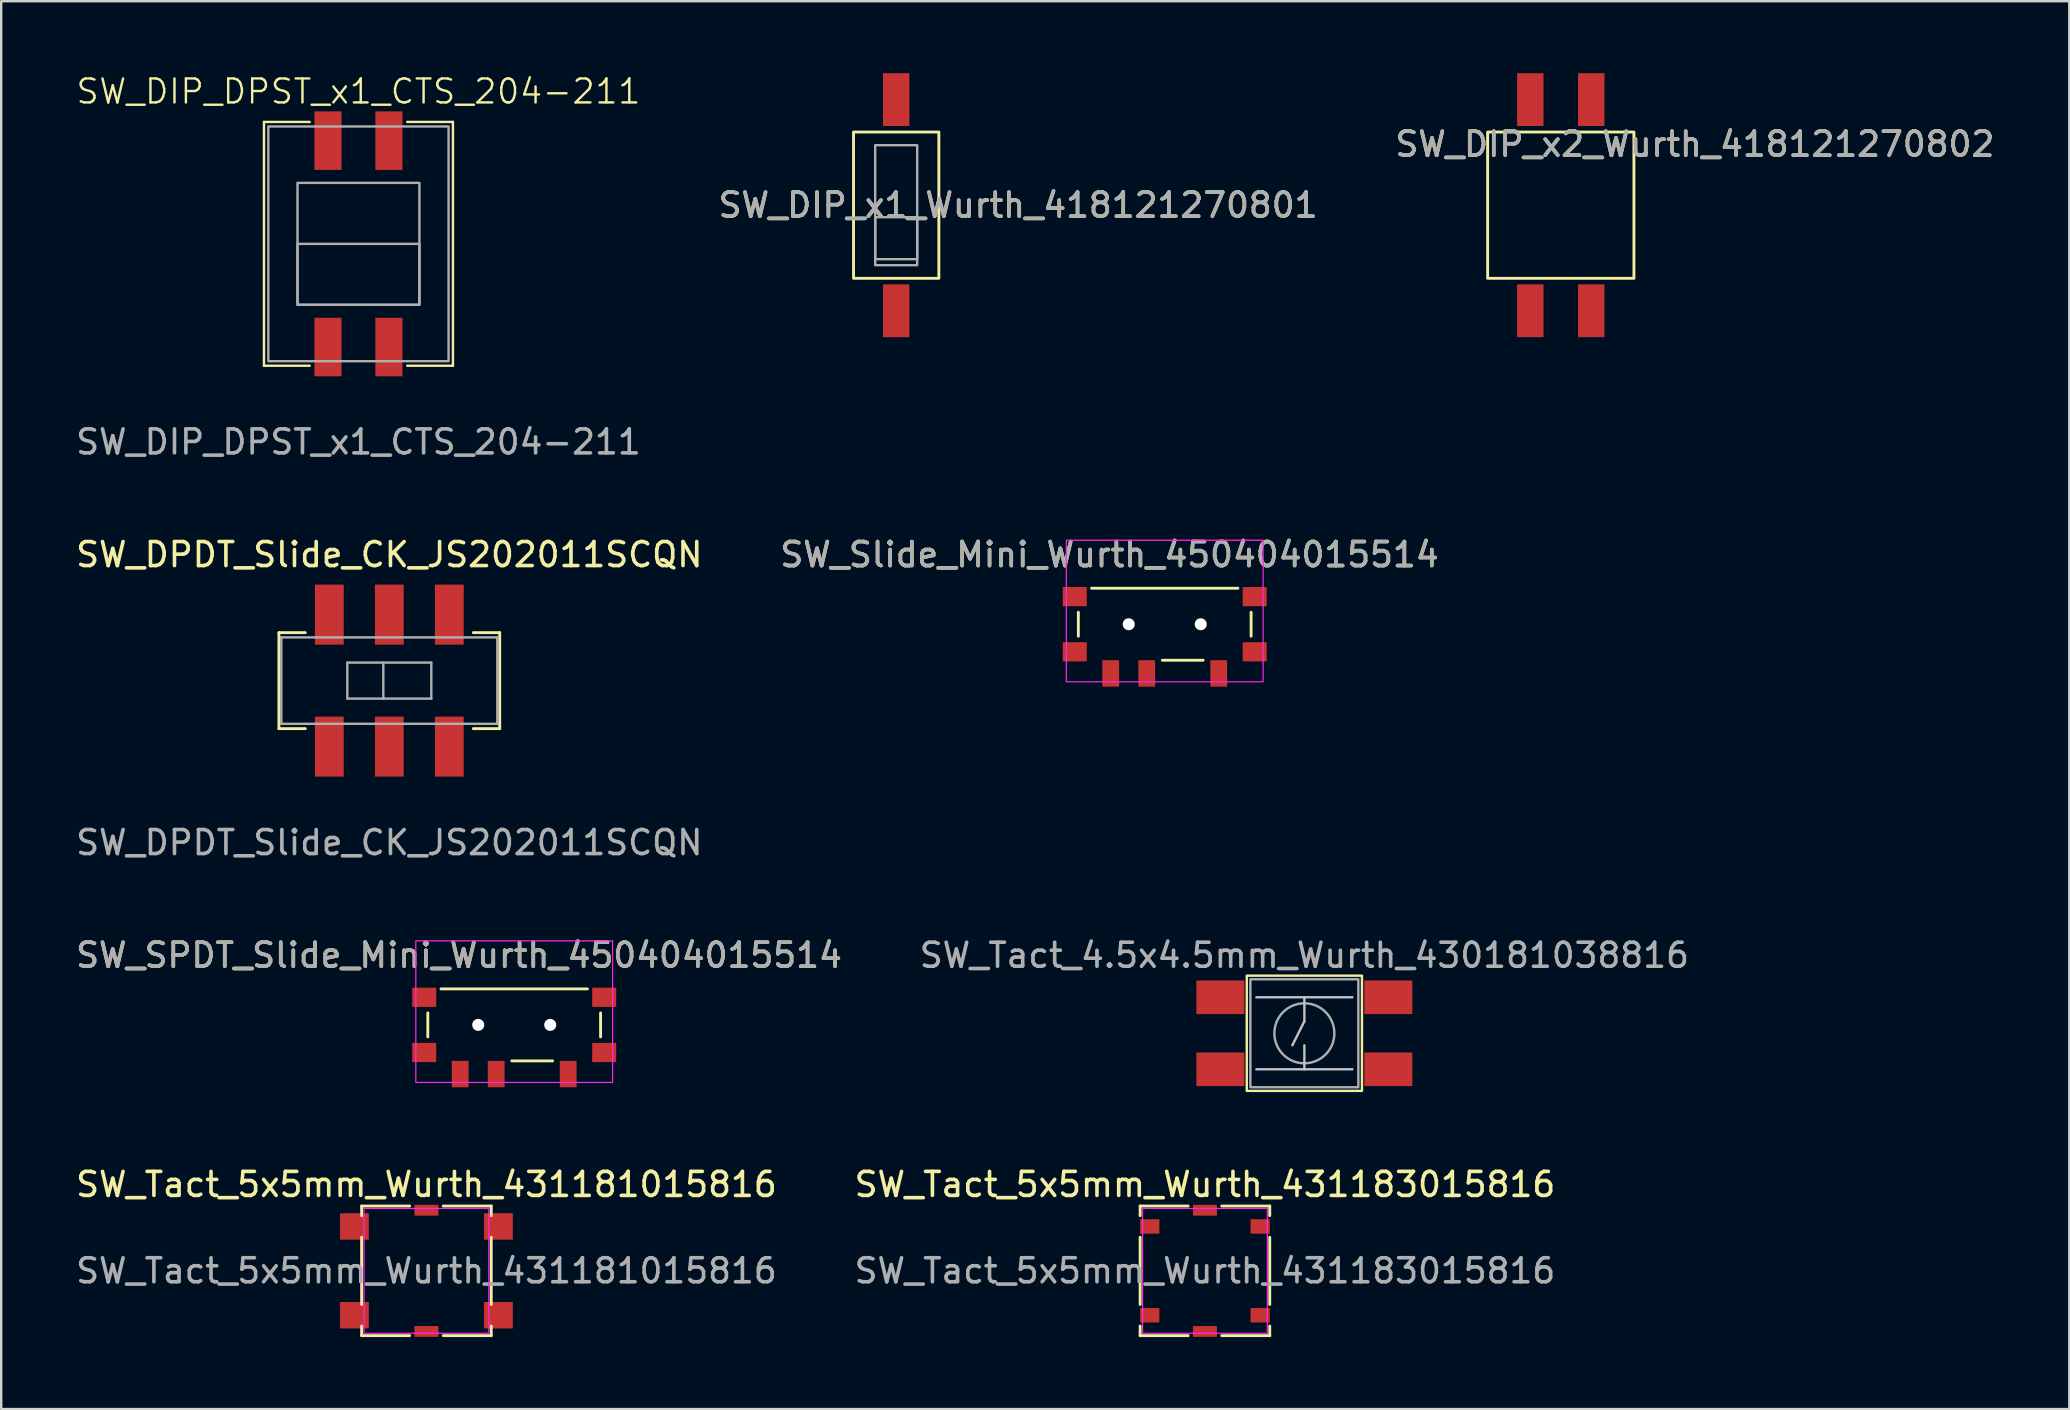
<source format=kicad_pcb>
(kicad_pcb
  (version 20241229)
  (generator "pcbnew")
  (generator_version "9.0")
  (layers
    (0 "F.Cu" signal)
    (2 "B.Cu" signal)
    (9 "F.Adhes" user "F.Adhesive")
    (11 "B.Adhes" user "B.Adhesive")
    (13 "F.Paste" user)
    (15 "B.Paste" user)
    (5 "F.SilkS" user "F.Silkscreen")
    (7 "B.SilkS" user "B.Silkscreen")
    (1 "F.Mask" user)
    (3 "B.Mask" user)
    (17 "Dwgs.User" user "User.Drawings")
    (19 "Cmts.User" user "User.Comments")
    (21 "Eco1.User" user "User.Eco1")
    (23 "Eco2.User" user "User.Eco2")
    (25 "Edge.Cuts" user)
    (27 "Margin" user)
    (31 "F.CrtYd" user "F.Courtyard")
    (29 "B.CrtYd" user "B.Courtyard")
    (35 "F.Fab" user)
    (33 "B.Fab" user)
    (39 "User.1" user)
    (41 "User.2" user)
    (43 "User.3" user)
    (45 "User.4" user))
  (footprint "SW_Tact_5x5mm_Wurth_431183015816"
    (layer "F.Cu")
    (at 47.161 49.907)
    (property "Reference" "SW_Tact_5x5mm_Wurth_431183015816" (at 0 -3.6 0) (unlocked yes) (layer "F.SilkS") (effects (font (size 1 1) (thickness 0.15))))
    (attr smd)
    (fp_line (start -2.7 -2.7) (end -0.7 -2.7) (stroke (width 0.12) (type solid)) (layer "F.SilkS"))
    (fp_line (start -2.7 -2.3) (end -2.7 -2.7) (stroke (width 0.12) (type solid)) (layer "F.SilkS"))
    (fp_line (start -2.7 1.4) (end -2.7 -1.4) (stroke (width 0.12) (type solid)) (layer "F.SilkS"))
    (fp_line (start -2.7 2.7) (end -2.7 2.3) (stroke (width 0.12) (type solid)) (layer "F.SilkS"))
    (fp_line (start -0.7 2.7) (end -2.7 2.7) (stroke (width 0.12) (type solid)) (layer "F.SilkS"))
    (fp_line (start 0.7 -2.7) (end 2.7 -2.7) (stroke (width 0.12) (type solid)) (layer "F.SilkS"))
    (fp_line (start 2.7 -2.7) (end 2.7 -2.3) (stroke (width 0.12) (type solid)) (layer "F.SilkS"))
    (fp_line (start 2.7 -1.4) (end 2.7 1.4) (stroke (width 0.12) (type solid)) (layer "F.SilkS"))
    (fp_line (start 2.7 2.3) (end 2.7 2.7) (stroke (width 0.12) (type solid)) (layer "F.SilkS"))
    (fp_line (start 2.7 2.7) (end 0.7 2.7) (stroke (width 0.12) (type solid)) (layer "F.SilkS"))
    (fp_rect (start -2.6 -2.6) (end 2.6 2.6) (stroke (width 0.05) (type solid)) (fill no) (layer "F.CrtYd"))
    (fp_text user "${REFERENCE}" (at 0 0 0) (unlocked yes) (layer "F.Fab") (effects (font (size 1 1) (thickness 0.15))))
    (pad "1" smd rect (at -2.3 1.85) (size 0.8 0.6) (layers "F.Cu" "F.Mask" "F.Paste"))
    (pad "2" smd rect (at -2.3 -1.85) (size 0.8 0.6) (layers "F.Cu" "F.Mask" "F.Paste"))
    (pad "3" smd rect (at 2.3 1.85) (size 0.8 0.6) (layers "F.Cu" "F.Mask" "F.Paste"))
    (pad "4" smd rect (at 2.3 -1.85) (size 0.8 0.6) (layers "F.Cu" "F.Mask" "F.Paste"))
    (pad "GND" smd rect (at 0 -2.525) (size 1 0.45) (layers "F.Cu" "F.Mask" "F.Paste"))
    (pad "GND" smd rect (at 0 2.525) (size 1 0.45) (layers "F.Cu" "F.Mask" "F.Paste")))
  (footprint "SW_SPDT_Slide_Mini_Wurth_450404015514"
    (layer "F.Cu")
    (at 18.377 39.658)
    (property "Reference" "SW_SPDT_Slide_Mini_Wurth_450404015514" (at -2.3 -2.9 0) (unlocked yes) (layer "F.SilkS") (effects (font (size 1 1) (thickness 0.15))))
    (attr smd)
    (fp_line (start -3.6 -0.5) (end -3.6 0.5) (stroke (width 0.12) (type solid)) (layer "F.SilkS"))
    (fp_line (start -3.05 -1.5) (end 3.05 -1.5) (stroke (width 0.12) (type solid)) (layer "F.SilkS"))
    (fp_line (start -0.1 1.5) (end 1.6 1.5) (stroke (width 0.12) (type solid)) (layer "F.SilkS"))
    (fp_line (start 3.6 -0.5) (end 3.6 0.5) (stroke (width 0.12) (type solid)) (layer "F.SilkS"))
    (fp_rect (start -4.1 2.4) (end 4.1 -3.5) (stroke (width 0.05) (type solid)) (fill no) (layer "F.CrtYd"))
    (fp_text user "${REFERENCE}" (at -2.3 -2.9 0) (unlocked yes) (layer "F.Fab") (effects (font (size 1 1) (thickness 0.15))))
    (pad "" smd rect (at -3.75 -1.15) (size 1 0.8) (layers "F.Cu" "F.Mask" "F.Paste"))
    (pad "" smd rect (at -3.75 1.15) (size 1 0.8) (layers "F.Cu" "F.Mask" "F.Paste"))
    (pad "" np_thru_hole circle (at -1.5 0) (size 0.5 0.5) (drill 0.9) (layers "*.Cu" "*.Mask"))
    (pad "" np_thru_hole circle (at 1.5 0) (size 0.5 0.5) (drill 0.9) (layers "*.Cu" "*.Mask"))
    (pad "" smd rect (at 3.75 -1.15) (size 1 0.8) (layers "F.Cu" "F.Mask" "F.Paste"))
    (pad "" smd rect (at 3.75 1.15) (size 1 0.8) (layers "F.Cu" "F.Mask" "F.Paste"))
    (pad "1" smd rect (at 2.25 2.05) (size 0.7 1.1) (layers "F.Cu" "F.Mask" "F.Paste"))
    (pad "2" smd rect (at -0.75 2.05) (size 0.7 1.1) (layers "F.Cu" "F.Mask" "F.Paste"))
    (pad "3" smd rect (at -2.25 2.05) (size 0.7 1.1) (layers "F.Cu" "F.Mask" "F.Paste")))
  (footprint "SW_DIP_DPST_x1_CTS_204-211"
    (layer "F.Cu")
    (at 11.887 7.111)
    (property "Reference" "SW_DIP_DPST_x1_CTS_204-211" (at 0 -6.35 0) (unlocked yes) (layer "F.SilkS") (effects (font (size 1 1) (thickness 0.1))))
    (attr smd)
    (fp_line (start -3.937 -5.08) (end -3.937 5.08) (stroke (width 0.1) (type default)) (layer "F.SilkS"))
    (fp_line (start -3.937 5.08) (end -2.032 5.08) (stroke (width 0.1) (type default)) (layer "F.SilkS"))
    (fp_line (start -2.032 -5.08) (end -3.937 -5.08) (stroke (width 0.1) (type default)) (layer "F.SilkS"))
    (fp_line (start 2.032 -5.08) (end 3.937 -5.08) (stroke (width 0.1) (type default)) (layer "F.SilkS"))
    (fp_line (start 3.937 -5.08) (end 3.937 5.08) (stroke (width 0.1) (type default)) (layer "F.SilkS"))
    (fp_line (start 3.937 5.08) (end 2.032 5.08) (stroke (width 0.1) (type default)) (layer "F.SilkS"))
    (fp_rect (start -3.755 -4.89) (end 3.755 4.89) (stroke (width 0.1) (type default)) (fill no) (layer "F.Fab"))
    (fp_rect (start -2.54 -2.54) (end 2.54 2.54) (stroke (width 0.1) (type default)) (fill no) (layer "F.Fab"))
    (fp_rect (start -2.54 0) (end 2.54 2.54) (stroke (width 0.1) (type solid)) (fill no) (layer "F.Fab"))
    (fp_text user "${REFERENCE}" (at 0 8.255 0) (unlocked yes) (layer "F.Fab") (effects (font (size 1 1) (thickness 0.15))))
    (pad "1" smd rect (at -1.27 4.3) (size 1.13 2.44) (layers "F.Cu" "F.Mask" "F.Paste"))
    (pad "1" smd rect (at 1.27 4.3) (size 1.13 2.44) (layers "F.Cu" "F.Mask" "F.Paste"))
    (pad "2" smd rect (at -1.27 -4.3) (size 1.13 2.44) (layers "F.Cu" "F.Mask" "F.Paste"))
    (pad "2" smd rect (at 1.27 -4.3) (size 1.13 2.44) (layers "F.Cu" "F.Mask" "F.Paste")))
  (footprint "SW_Tact_4.5x4.5mm_Wurth_430181038816"
    (layer "F.Cu")
    (at 51.304 40.008)
    (property "Reference" "SW_Tact_4.5x4.5mm_Wurth_430181038816" (at 0 -3.25 0) (unlocked yes) (layer "F.SilkS") (effects (font (size 1 1) (thickness 0.1))))
    (attr smd)
    (fp_rect (start -2.4 -2.4) (end 2.4 2.4) (stroke (width 0.1) (type default)) (fill no) (layer "F.SilkS"))
    (fp_line (start -2 -1.5) (end 2 -1.5) (stroke (width 0.1) (type default)) (layer "Dwgs.User"))
    (fp_line (start -2 1.5) (end 2 1.5) (stroke (width 0.1) (type default)) (layer "Dwgs.User"))
    (fp_line (start 0 -1.5) (end 0 -0.5) (stroke (width 0.1) (type default)) (layer "Dwgs.User"))
    (fp_line (start 0 -0.5) (end -0.5 0.5) (stroke (width 0.1) (type default)) (layer "Dwgs.User"))
    (fp_line (start 0 1.5) (end 0 0.5) (stroke (width 0.1) (type default)) (layer "Dwgs.User"))
    (fp_rect (start -2.25 -2.25) (end 2.25 2.25) (stroke (width 0.1) (type default)) (fill no) (layer "F.Fab"))
    (fp_circle (center 0 0) (end 1.25 0) (stroke (width 0.1) (type default)) (fill no) (layer "F.Fab"))
    (fp_text user "${REFERENCE}" (at 0 -3.25 0) (unlocked yes) (layer "F.Fab") (effects (font (size 1 1) (thickness 0.15))))
    (pad "1" smd rect (at -3.5 -1.5) (size 2 1.4) (layers "F.Cu" "F.Mask" "F.Paste"))
    (pad "2" smd rect (at 3.5 -1.5) (size 2 1.4) (layers "F.Cu" "F.Mask" "F.Paste"))
    (pad "3" smd rect (at -3.5 1.5) (size 2 1.4) (layers "F.Cu" "F.Mask" "F.Paste"))
    (pad "4" smd rect (at 3.5 1.5) (size 2 1.4) (layers "F.Cu" "F.Mask" "F.Paste")))
  (footprint "SW_DIP_x2_Wurth_418121270802"
    (layer "F.Cu")
    (at 61.989 5.5)
    (property "Reference" "SW_DIP_x2_Wurth_418121270802" (at 5.588 -2.54 0) (unlocked yes) (layer "F.SilkS") (effects (font (size 1 1) (thickness 0.15))))
    (attr smd)
    (fp_rect (start -3.048 -3.048) (end 3.048 3.048) (stroke (width 0.12) (type solid)) (fill no) (layer "F.SilkS"))
    (fp_text user "${REFERENCE}" (at 5.588 -2.54 0) (unlocked yes) (layer "F.Fab") (effects (font (size 1 1) (thickness 0.15))))
    (pad "1" smd rect (at -1.27 4.4) (size 1.1 2.2) (layers "F.Cu" "F.Mask" "F.Paste"))
    (pad "2" smd rect (at 1.27 4.4) (size 1.1 2.2) (layers "F.Cu" "F.Mask" "F.Paste"))
    (pad "3" smd rect (at 1.27 -4.4) (size 1.1 2.2) (layers "F.Cu" "F.Mask" "F.Paste"))
    (pad "4" smd rect (at -1.27 -4.4) (size 1.1 2.2) (layers "F.Cu" "F.Mask" "F.Paste")))
  (footprint "SW_DIP_x1_Wurth_418121270801"
    (layer "F.Cu")
    (at 34.295 5.5)
    (property "Reference" "SW_DIP_x1_Wurth_418121270801" (at 5.08 0 0) (unlocked yes) (layer "F.SilkS") (effects (font (size 1 1) (thickness 0.15))))
    (attr smd)
    (fp_rect (start -1.778 -3.048) (end 1.778 3.048) (stroke (width 0.12) (type solid)) (fill no) (layer "F.SilkS"))
    (fp_rect (start -0.875 -2.5) (end 0.875 2.5) (stroke (width 0.1) (type default)) (fill no) (layer "F.Fab"))
    (fp_rect (start -0.875 0.5) (end 0.875 2.25) (stroke (width 0.1) (type solid)) (fill no) (layer "F.Fab"))
    (fp_text user "${REFERENCE}" (at 5.08 0 0) (unlocked yes) (layer "F.Fab") (effects (font (size 1 1) (thickness 0.15))))
    (pad "1" smd rect (at 0 4.4) (size 1.1 2.2) (layers "F.Cu" "F.Mask" "F.Paste"))
    (pad "2" smd rect (at 0 -4.4) (size 1.1 2.2) (layers "F.Cu" "F.Mask" "F.Paste")))
  (footprint "SW_DPDT_Slide_CK_JS202011SCQN"
    (layer "F.Cu")
    (at 13.173 25.312)
    (property "Reference" "SW_DPDT_Slide_CK_JS202011SCQN" (at 0 -5.25 0) (unlocked yes) (layer "F.SilkS") (effects (font (size 1 1) (thickness 0.15))))
    (attr smd)
    (fp_line (start -4.6 -2) (end -4.6 2) (stroke (width 0.12) (type default)) (layer "F.SilkS"))
    (fp_line (start -4.6 2) (end -3.5 2) (stroke (width 0.12) (type default)) (layer "F.SilkS"))
    (fp_line (start -3.5 -2) (end -4.6 -2) (stroke (width 0.12) (type default)) (layer "F.SilkS"))
    (fp_line (start 3.5 2) (end 4.6 2) (stroke (width 0.12) (type default)) (layer "F.SilkS"))
    (fp_line (start 4.6 -2) (end 3.5 -2) (stroke (width 0.12) (type default)) (layer "F.SilkS"))
    (fp_line (start 4.6 -2) (end 4.6 2) (stroke (width 0.12) (type default)) (layer "F.SilkS"))
    (fp_line (start -4.5 -1.8) (end 4.5 -1.8) (stroke (width 0.1) (type solid)) (layer "F.Fab"))
    (fp_line (start -4.5 1.8) (end -4.5 -1.8) (stroke (width 0.1) (type solid)) (layer "F.Fab"))
    (fp_line (start -1.75 -0.75) (end -1.75 0.75) (stroke (width 0.1) (type solid)) (layer "F.Fab"))
    (fp_line (start -1.75 -0.75) (end 1.75 -0.75) (stroke (width 0.1) (type solid)) (layer "F.Fab"))
    (fp_line (start -0.25 -0.75) (end -0.25 0.75) (stroke (width 0.1) (type solid)) (layer "F.Fab"))
    (fp_line (start 1.75 -0.75) (end 1.75 0.75) (stroke (width 0.1) (type solid)) (layer "F.Fab"))
    (fp_line (start 1.75 0.75) (end -1.75 0.75) (stroke (width 0.1) (type solid)) (layer "F.Fab"))
    (fp_line (start 4.5 -1.8) (end 4.5 1.8) (stroke (width 0.1) (type solid)) (layer "F.Fab"))
    (fp_line (start 4.5 1.8) (end -4.5 1.8) (stroke (width 0.1) (type solid)) (layer "F.Fab"))
    (fp_text user "${REFERENCE}" (at 0 6.75 0) (unlocked yes) (layer "F.Fab") (effects (font (size 1 1) (thickness 0.15))))
    (pad "1" smd rect (at -2.5 2.75) (size 1.2 2.5) (layers "F.Cu" "F.Mask" "F.Paste"))
    (pad "2" smd rect (at 0 2.75) (size 1.2 2.5) (layers "F.Cu" "F.Mask" "F.Paste"))
    (pad "3" smd rect (at 2.5 2.75) (size 1.2 2.5) (layers "F.Cu" "F.Mask" "F.Paste"))
    (pad "4" smd rect (at -2.5 -2.75) (size 1.2 2.5) (layers "F.Cu" "F.Mask" "F.Paste"))
    (pad "5" smd rect (at 0 -2.75) (size 1.2 2.5) (layers "F.Cu" "F.Mask" "F.Paste"))
    (pad "6" smd rect (at 2.5 -2.75) (size 1.2 2.5) (layers "F.Cu" "F.Mask" "F.Paste")))
  (footprint "SW_Slide_Mini_Wurth_450404015514"
    (layer "F.Cu")
    (at 45.485 22.962)
    (property "Reference" "SW_Slide_Mini_Wurth_450404015514" (at -2.3 -2.9 0) (unlocked yes) (layer "F.SilkS") (effects (font (size 1 1) (thickness 0.15))))
    (attr smd)
    (fp_line (start -3.6 -0.5) (end -3.6 0.5) (stroke (width 0.12) (type solid)) (layer "F.SilkS"))
    (fp_line (start -3.05 -1.5) (end 3.05 -1.5) (stroke (width 0.12) (type solid)) (layer "F.SilkS"))
    (fp_line (start -0.1 1.5) (end 1.6 1.5) (stroke (width 0.12) (type solid)) (layer "F.SilkS"))
    (fp_line (start 3.6 -0.5) (end 3.6 0.5) (stroke (width 0.12) (type solid)) (layer "F.SilkS"))
    (fp_rect (start -4.1 2.4) (end 4.1 -3.5) (stroke (width 0.05) (type solid)) (fill no) (layer "F.CrtYd"))
    (fp_text user "${REFERENCE}" (at -2.3 -2.9 0) (unlocked yes) (layer "F.Fab") (effects (font (size 1 1) (thickness 0.15))))
    (pad "" smd rect (at -3.75 -1.15) (size 1 0.8) (layers "F.Cu" "F.Mask" "F.Paste"))
    (pad "" smd rect (at -3.75 1.15) (size 1 0.8) (layers "F.Cu" "F.Mask" "F.Paste"))
    (pad "" np_thru_hole circle (at -1.5 0) (size 0.5 0.5) (drill 0.9) (layers "*.Cu" "*.Mask"))
    (pad "" np_thru_hole circle (at 1.5 0) (size 0.5 0.5) (drill 0.9) (layers "*.Cu" "*.Mask"))
    (pad "" smd rect (at 3.75 -1.15) (size 1 0.8) (layers "F.Cu" "F.Mask" "F.Paste"))
    (pad "" smd rect (at 3.75 1.15) (size 1 0.8) (layers "F.Cu" "F.Mask" "F.Paste"))
    (pad "1" smd rect (at 2.25 2.05) (size 0.7 1.1) (layers "F.Cu" "F.Mask" "F.Paste"))
    (pad "2" smd rect (at -0.75 2.05) (size 0.7 1.1) (layers "F.Cu" "F.Mask" "F.Paste"))
    (pad "3" smd rect (at -2.25 2.05) (size 0.7 1.1) (layers "F.Cu" "F.Mask" "F.Paste")))
  (footprint "SW_Tact_5x5mm_Wurth_431181015816"
    (layer "F.Cu")
    (at 14.72 49.907)
    (property "Reference" "SW_Tact_5x5mm_Wurth_431181015816" (at 0 -3.6 0) (unlocked yes) (layer "F.SilkS") (effects (font (size 1 1) (thickness 0.15))))
    (attr smd)
    (fp_line (start -2.7 -2.7) (end -0.7 -2.7) (stroke (width 0.12) (type solid)) (layer "F.SilkS"))
    (fp_line (start -2.7 -2.3) (end -2.7 -2.7) (stroke (width 0.12) (type solid)) (layer "F.SilkS"))
    (fp_line (start -2.7 1.4) (end -2.7 -1.4) (stroke (width 0.12) (type solid)) (layer "F.SilkS"))
    (fp_line (start -2.7 2.7) (end -2.7 2.3) (stroke (width 0.12) (type solid)) (layer "F.SilkS"))
    (fp_line (start -0.7 2.7) (end -2.7 2.7) (stroke (width 0.12) (type solid)) (layer "F.SilkS"))
    (fp_line (start 0.7 -2.7) (end 2.7 -2.7) (stroke (width 0.12) (type solid)) (layer "F.SilkS"))
    (fp_line (start 2.7 -2.7) (end 2.7 -2.3) (stroke (width 0.12) (type solid)) (layer "F.SilkS"))
    (fp_line (start 2.7 -1.4) (end 2.7 1.4) (stroke (width 0.12) (type solid)) (layer "F.SilkS"))
    (fp_line (start 2.7 2.3) (end 2.7 2.7) (stroke (width 0.12) (type solid)) (layer "F.SilkS"))
    (fp_line (start 2.7 2.7) (end 0.7 2.7) (stroke (width 0.12) (type solid)) (layer "F.SilkS"))
    (fp_rect (start -2.6 -2.6) (end 2.6 2.6) (stroke (width 0.05) (type solid)) (fill no) (layer "F.CrtYd"))
    (fp_text user "${REFERENCE}" (at 0 0 0) (unlocked yes) (layer "F.Fab") (effects (font (size 1 1) (thickness 0.15))))
    (pad "1" smd rect (at -3 1.85) (size 1.2 1.1) (layers "F.Cu" "F.Mask" "F.Paste"))
    (pad "2" smd rect (at -3 -1.85) (size 1.2 1.1) (layers "F.Cu" "F.Mask" "F.Paste"))
    (pad "3" smd rect (at 3 1.85) (size 1.2 1.1) (layers "F.Cu" "F.Mask" "F.Paste"))
    (pad "4" smd rect (at 3 -1.85) (size 1.2 1.1) (layers "F.Cu" "F.Mask" "F.Paste"))
    (pad "GND" smd rect (at 0 -2.525) (size 1 0.45) (layers "F.Cu" "F.Mask" "F.Paste"))
    (pad "GND" smd rect (at 0 2.525) (size 1 0.45) (layers "F.Cu" "F.Mask" "F.Paste")))
  (gr_rect
    (start -3 -3)
    (end 83.179 55.667)
    (stroke (width 0.1) (type default))
    (fill no)
    (layer "Edge.Cuts")))
</source>
